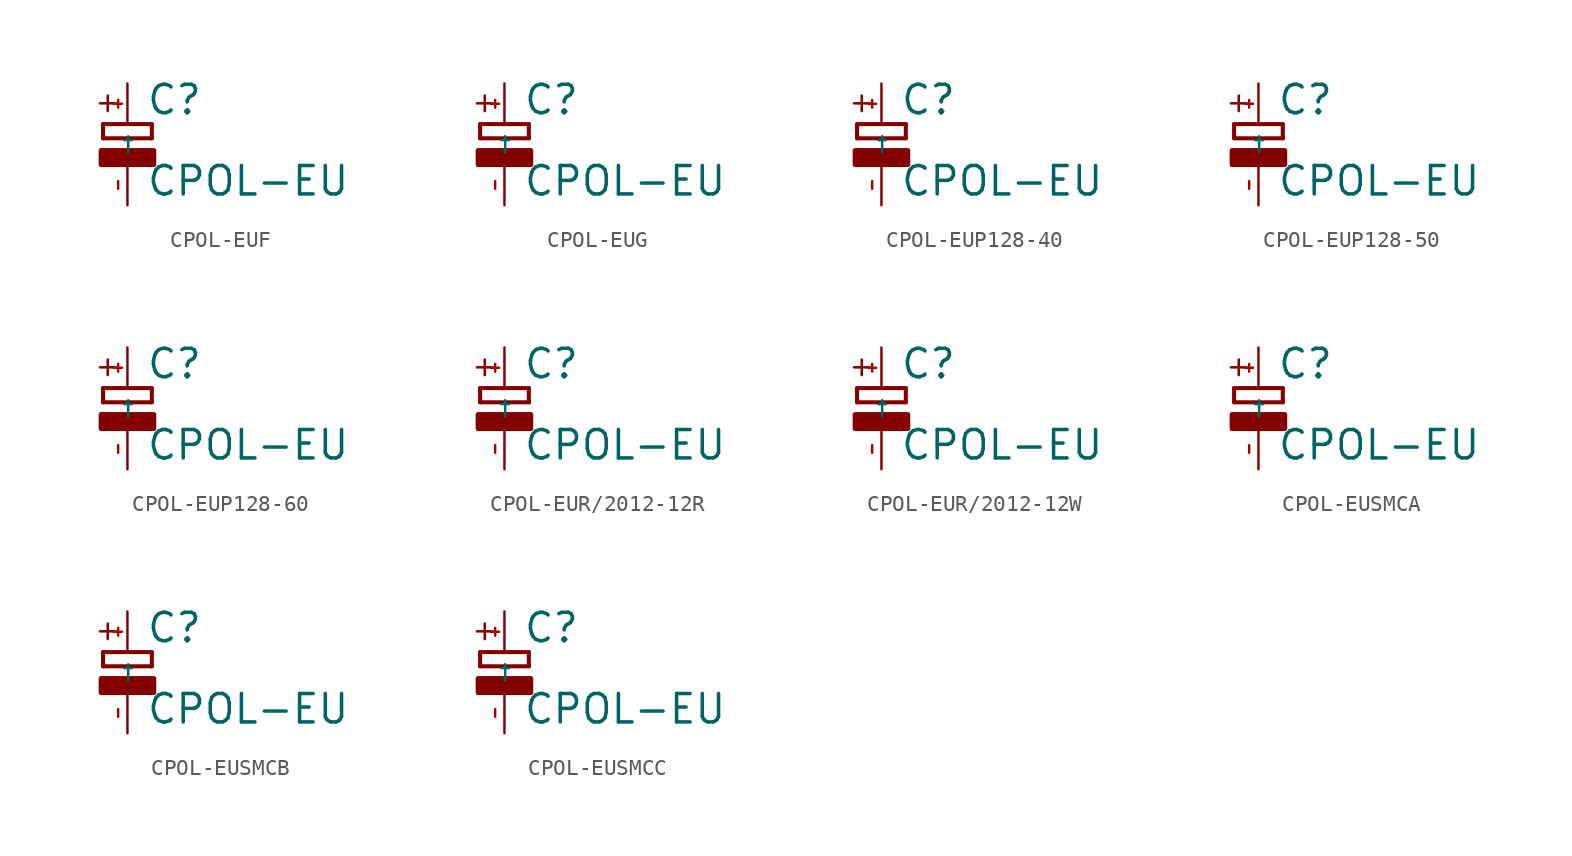
<source format=kicad_sym>
(kicad_symbol_lib
  (version 20220914)
  (generator Eagle2Kicad)
  (symbol "CPOL-EUF"
    (property "Reference" "C"
      (at 1.143 0.483 0)
      (effects (font (size 1.778 1.778) (thickness 0.22)) (justify left bottom)))
    (property "Value" "CPOL-EU"
      (at 1.143 -4.597 0)
      (effects (font (size 1.778 1.778) (thickness 0.22)) (justify left bottom)))
    (polyline
      (pts (xy -1.524 -0.889) (xy 1.524 -0.889))
      (stroke (width 0.254) (type default))
      (fill (type none)))
    (polyline
      (pts (xy 1.524 -0.889) (xy 1.524 0))
      (stroke (width 0.254) (type default))
      (fill (type none)))
    (polyline
      (pts (xy -1.524 0) (xy -1.524 -0.889))
      (stroke (width 0.254) (type default))
      (fill (type none)))
    (polyline
      (pts (xy -1.524 0) (xy 1.524 0))
      (stroke (width 0.254) (type default))
      (fill (type none)))
    (text "+"
      (at -0.584 0.406 900)
      (effects (font (size 1.27 1.27) (thickness 0.16)) (justify left bottom)))
    (rectangle
      (start -1.651 -2.54)
      (end 1.651 -1.651)
      (stroke (width 0.3) (type default))
      (fill (type outline)))
    (pin passive line
      (at 0 -5.08 90)
      (length 2.54)
      (name "-" (effects (font (size 0.635 0.635) (thickness 0.08)) (justify left bottom)))
      (number "-" (effects (font (size 0.635 0.635) (thickness 0.08)) (justify left bottom))))
    (pin passive line
      (at 0 2.54 270)
      (length 2.54)
      (name "+" (effects (font (size 0.635 0.635) (thickness 0.08)) (justify left bottom)))
      (number "+" (effects (font (size 0.635 0.635) (thickness 0.08)) (justify left bottom)))))
  (symbol "CPOL-EUG"
    (property "Reference" "C"
      (at 1.143 0.483 0)
      (effects (font (size 1.778 1.778) (thickness 0.22)) (justify left bottom)))
    (property "Value" "CPOL-EU"
      (at 1.143 -4.597 0)
      (effects (font (size 1.778 1.778) (thickness 0.22)) (justify left bottom)))
    (polyline
      (pts (xy -1.524 -0.889) (xy 1.524 -0.889))
      (stroke (width 0.254) (type default))
      (fill (type none)))
    (polyline
      (pts (xy 1.524 -0.889) (xy 1.524 0))
      (stroke (width 0.254) (type default))
      (fill (type none)))
    (polyline
      (pts (xy -1.524 0) (xy -1.524 -0.889))
      (stroke (width 0.254) (type default))
      (fill (type none)))
    (polyline
      (pts (xy -1.524 0) (xy 1.524 0))
      (stroke (width 0.254) (type default))
      (fill (type none)))
    (text "+"
      (at -0.584 0.406 900)
      (effects (font (size 1.27 1.27) (thickness 0.16)) (justify left bottom)))
    (rectangle
      (start -1.651 -2.54)
      (end 1.651 -1.651)
      (stroke (width 0.3) (type default))
      (fill (type outline)))
    (pin passive line
      (at 0 -5.08 90)
      (length 2.54)
      (name "-" (effects (font (size 0.635 0.635) (thickness 0.08)) (justify left bottom)))
      (number "-" (effects (font (size 0.635 0.635) (thickness 0.08)) (justify left bottom))))
    (pin passive line
      (at 0 2.54 270)
      (length 2.54)
      (name "+" (effects (font (size 0.635 0.635) (thickness 0.08)) (justify left bottom)))
      (number "+" (effects (font (size 0.635 0.635) (thickness 0.08)) (justify left bottom)))))
  (symbol "CPOL-EUP128-40"
    (property "Reference" "C"
      (at 1.143 0.483 0)
      (effects (font (size 1.778 1.778) (thickness 0.22)) (justify left bottom)))
    (property "Value" "CPOL-EU"
      (at 1.143 -4.597 0)
      (effects (font (size 1.778 1.778) (thickness 0.22)) (justify left bottom)))
    (polyline
      (pts (xy -1.524 -0.889) (xy 1.524 -0.889))
      (stroke (width 0.254) (type default))
      (fill (type none)))
    (polyline
      (pts (xy 1.524 -0.889) (xy 1.524 0))
      (stroke (width 0.254) (type default))
      (fill (type none)))
    (polyline
      (pts (xy -1.524 0) (xy -1.524 -0.889))
      (stroke (width 0.254) (type default))
      (fill (type none)))
    (polyline
      (pts (xy -1.524 0) (xy 1.524 0))
      (stroke (width 0.254) (type default))
      (fill (type none)))
    (text "+"
      (at -0.584 0.406 900)
      (effects (font (size 1.27 1.27) (thickness 0.16)) (justify left bottom)))
    (rectangle
      (start -1.651 -2.54)
      (end 1.651 -1.651)
      (stroke (width 0.3) (type default))
      (fill (type outline)))
    (pin passive line
      (at 0 -5.08 90)
      (length 2.54)
      (name "-" (effects (font (size 0.635 0.635) (thickness 0.08)) (justify left bottom)))
      (number "-" (effects (font (size 0.635 0.635) (thickness 0.08)) (justify left bottom))))
    (pin passive line
      (at 0 2.54 270)
      (length 2.54)
      (name "+" (effects (font (size 0.635 0.635) (thickness 0.08)) (justify left bottom)))
      (number "+" (effects (font (size 0.635 0.635) (thickness 0.08)) (justify left bottom)))))
  (symbol "CPOL-EUP128-50"
    (property "Reference" "C"
      (at 1.143 0.483 0)
      (effects (font (size 1.778 1.778) (thickness 0.22)) (justify left bottom)))
    (property "Value" "CPOL-EU"
      (at 1.143 -4.597 0)
      (effects (font (size 1.778 1.778) (thickness 0.22)) (justify left bottom)))
    (polyline
      (pts (xy -1.524 -0.889) (xy 1.524 -0.889))
      (stroke (width 0.254) (type default))
      (fill (type none)))
    (polyline
      (pts (xy 1.524 -0.889) (xy 1.524 0))
      (stroke (width 0.254) (type default))
      (fill (type none)))
    (polyline
      (pts (xy -1.524 0) (xy -1.524 -0.889))
      (stroke (width 0.254) (type default))
      (fill (type none)))
    (polyline
      (pts (xy -1.524 0) (xy 1.524 0))
      (stroke (width 0.254) (type default))
      (fill (type none)))
    (text "+"
      (at -0.584 0.406 900)
      (effects (font (size 1.27 1.27) (thickness 0.16)) (justify left bottom)))
    (rectangle
      (start -1.651 -2.54)
      (end 1.651 -1.651)
      (stroke (width 0.3) (type default))
      (fill (type outline)))
    (pin passive line
      (at 0 -5.08 90)
      (length 2.54)
      (name "-" (effects (font (size 0.635 0.635) (thickness 0.08)) (justify left bottom)))
      (number "-" (effects (font (size 0.635 0.635) (thickness 0.08)) (justify left bottom))))
    (pin passive line
      (at 0 2.54 270)
      (length 2.54)
      (name "+" (effects (font (size 0.635 0.635) (thickness 0.08)) (justify left bottom)))
      (number "+" (effects (font (size 0.635 0.635) (thickness 0.08)) (justify left bottom)))))
  (symbol "CPOL-EUP128-60"
    (property "Reference" "C"
      (at 1.143 0.483 0)
      (effects (font (size 1.778 1.778) (thickness 0.22)) (justify left bottom)))
    (property "Value" "CPOL-EU"
      (at 1.143 -4.597 0)
      (effects (font (size 1.778 1.778) (thickness 0.22)) (justify left bottom)))
    (polyline
      (pts (xy -1.524 -0.889) (xy 1.524 -0.889))
      (stroke (width 0.254) (type default))
      (fill (type none)))
    (polyline
      (pts (xy 1.524 -0.889) (xy 1.524 0))
      (stroke (width 0.254) (type default))
      (fill (type none)))
    (polyline
      (pts (xy -1.524 0) (xy -1.524 -0.889))
      (stroke (width 0.254) (type default))
      (fill (type none)))
    (polyline
      (pts (xy -1.524 0) (xy 1.524 0))
      (stroke (width 0.254) (type default))
      (fill (type none)))
    (text "+"
      (at -0.584 0.406 900)
      (effects (font (size 1.27 1.27) (thickness 0.16)) (justify left bottom)))
    (rectangle
      (start -1.651 -2.54)
      (end 1.651 -1.651)
      (stroke (width 0.3) (type default))
      (fill (type outline)))
    (pin passive line
      (at 0 -5.08 90)
      (length 2.54)
      (name "-" (effects (font (size 0.635 0.635) (thickness 0.08)) (justify left bottom)))
      (number "-" (effects (font (size 0.635 0.635) (thickness 0.08)) (justify left bottom))))
    (pin passive line
      (at 0 2.54 270)
      (length 2.54)
      (name "+" (effects (font (size 0.635 0.635) (thickness 0.08)) (justify left bottom)))
      (number "+" (effects (font (size 0.635 0.635) (thickness 0.08)) (justify left bottom)))))
  (symbol "CPOL-EUR/2012-12R"
    (property "Reference" "C"
      (at 1.143 0.483 0)
      (effects (font (size 1.778 1.778) (thickness 0.22)) (justify left bottom)))
    (property "Value" "CPOL-EU"
      (at 1.143 -4.597 0)
      (effects (font (size 1.778 1.778) (thickness 0.22)) (justify left bottom)))
    (polyline
      (pts (xy -1.524 -0.889) (xy 1.524 -0.889))
      (stroke (width 0.254) (type default))
      (fill (type none)))
    (polyline
      (pts (xy 1.524 -0.889) (xy 1.524 0))
      (stroke (width 0.254) (type default))
      (fill (type none)))
    (polyline
      (pts (xy -1.524 0) (xy -1.524 -0.889))
      (stroke (width 0.254) (type default))
      (fill (type none)))
    (polyline
      (pts (xy -1.524 0) (xy 1.524 0))
      (stroke (width 0.254) (type default))
      (fill (type none)))
    (text "+"
      (at -0.584 0.406 900)
      (effects (font (size 1.27 1.27) (thickness 0.16)) (justify left bottom)))
    (rectangle
      (start -1.651 -2.54)
      (end 1.651 -1.651)
      (stroke (width 0.3) (type default))
      (fill (type outline)))
    (pin passive line
      (at 0 -5.08 90)
      (length 2.54)
      (name "-" (effects (font (size 0.635 0.635) (thickness 0.08)) (justify left bottom)))
      (number "-" (effects (font (size 0.635 0.635) (thickness 0.08)) (justify left bottom))))
    (pin passive line
      (at 0 2.54 270)
      (length 2.54)
      (name "+" (effects (font (size 0.635 0.635) (thickness 0.08)) (justify left bottom)))
      (number "+" (effects (font (size 0.635 0.635) (thickness 0.08)) (justify left bottom)))))
  (symbol "CPOL-EUR/2012-12W"
    (property "Reference" "C"
      (at 1.143 0.483 0)
      (effects (font (size 1.778 1.778) (thickness 0.22)) (justify left bottom)))
    (property "Value" "CPOL-EU"
      (at 1.143 -4.597 0)
      (effects (font (size 1.778 1.778) (thickness 0.22)) (justify left bottom)))
    (polyline
      (pts (xy -1.524 -0.889) (xy 1.524 -0.889))
      (stroke (width 0.254) (type default))
      (fill (type none)))
    (polyline
      (pts (xy 1.524 -0.889) (xy 1.524 0))
      (stroke (width 0.254) (type default))
      (fill (type none)))
    (polyline
      (pts (xy -1.524 0) (xy -1.524 -0.889))
      (stroke (width 0.254) (type default))
      (fill (type none)))
    (polyline
      (pts (xy -1.524 0) (xy 1.524 0))
      (stroke (width 0.254) (type default))
      (fill (type none)))
    (text "+"
      (at -0.584 0.406 900)
      (effects (font (size 1.27 1.27) (thickness 0.16)) (justify left bottom)))
    (rectangle
      (start -1.651 -2.54)
      (end 1.651 -1.651)
      (stroke (width 0.3) (type default))
      (fill (type outline)))
    (pin passive line
      (at 0 -5.08 90)
      (length 2.54)
      (name "-" (effects (font (size 0.635 0.635) (thickness 0.08)) (justify left bottom)))
      (number "-" (effects (font (size 0.635 0.635) (thickness 0.08)) (justify left bottom))))
    (pin passive line
      (at 0 2.54 270)
      (length 2.54)
      (name "+" (effects (font (size 0.635 0.635) (thickness 0.08)) (justify left bottom)))
      (number "+" (effects (font (size 0.635 0.635) (thickness 0.08)) (justify left bottom)))))
  (symbol "CPOL-EUSMCA"
    (property "Reference" "C"
      (at 1.143 0.483 0)
      (effects (font (size 1.778 1.778) (thickness 0.22)) (justify left bottom)))
    (property "Value" "CPOL-EU"
      (at 1.143 -4.597 0)
      (effects (font (size 1.778 1.778) (thickness 0.22)) (justify left bottom)))
    (polyline
      (pts (xy -1.524 -0.889) (xy 1.524 -0.889))
      (stroke (width 0.254) (type default))
      (fill (type none)))
    (polyline
      (pts (xy 1.524 -0.889) (xy 1.524 0))
      (stroke (width 0.254) (type default))
      (fill (type none)))
    (polyline
      (pts (xy -1.524 0) (xy -1.524 -0.889))
      (stroke (width 0.254) (type default))
      (fill (type none)))
    (polyline
      (pts (xy -1.524 0) (xy 1.524 0))
      (stroke (width 0.254) (type default))
      (fill (type none)))
    (text "+"
      (at -0.584 0.406 900)
      (effects (font (size 1.27 1.27) (thickness 0.16)) (justify left bottom)))
    (rectangle
      (start -1.651 -2.54)
      (end 1.651 -1.651)
      (stroke (width 0.3) (type default))
      (fill (type outline)))
    (pin passive line
      (at 0 -5.08 90)
      (length 2.54)
      (name "-" (effects (font (size 0.635 0.635) (thickness 0.08)) (justify left bottom)))
      (number "-" (effects (font (size 0.635 0.635) (thickness 0.08)) (justify left bottom))))
    (pin passive line
      (at 0 2.54 270)
      (length 2.54)
      (name "+" (effects (font (size 0.635 0.635) (thickness 0.08)) (justify left bottom)))
      (number "+" (effects (font (size 0.635 0.635) (thickness 0.08)) (justify left bottom)))))
  (symbol "CPOL-EUSMCB"
    (property "Reference" "C"
      (at 1.143 0.483 0)
      (effects (font (size 1.778 1.778) (thickness 0.22)) (justify left bottom)))
    (property "Value" "CPOL-EU"
      (at 1.143 -4.597 0)
      (effects (font (size 1.778 1.778) (thickness 0.22)) (justify left bottom)))
    (polyline
      (pts (xy -1.524 -0.889) (xy 1.524 -0.889))
      (stroke (width 0.254) (type default))
      (fill (type none)))
    (polyline
      (pts (xy 1.524 -0.889) (xy 1.524 0))
      (stroke (width 0.254) (type default))
      (fill (type none)))
    (polyline
      (pts (xy -1.524 0) (xy -1.524 -0.889))
      (stroke (width 0.254) (type default))
      (fill (type none)))
    (polyline
      (pts (xy -1.524 0) (xy 1.524 0))
      (stroke (width 0.254) (type default))
      (fill (type none)))
    (text "+"
      (at -0.584 0.406 900)
      (effects (font (size 1.27 1.27) (thickness 0.16)) (justify left bottom)))
    (rectangle
      (start -1.651 -2.54)
      (end 1.651 -1.651)
      (stroke (width 0.3) (type default))
      (fill (type outline)))
    (pin passive line
      (at 0 -5.08 90)
      (length 2.54)
      (name "-" (effects (font (size 0.635 0.635) (thickness 0.08)) (justify left bottom)))
      (number "-" (effects (font (size 0.635 0.635) (thickness 0.08)) (justify left bottom))))
    (pin passive line
      (at 0 2.54 270)
      (length 2.54)
      (name "+" (effects (font (size 0.635 0.635) (thickness 0.08)) (justify left bottom)))
      (number "+" (effects (font (size 0.635 0.635) (thickness 0.08)) (justify left bottom)))))
  (symbol "CPOL-EUSMCC"
    (property "Reference" "C"
      (at 1.143 0.483 0)
      (effects (font (size 1.778 1.778) (thickness 0.22)) (justify left bottom)))
    (property "Value" "CPOL-EU"
      (at 1.143 -4.597 0)
      (effects (font (size 1.778 1.778) (thickness 0.22)) (justify left bottom)))
    (polyline
      (pts (xy -1.524 -0.889) (xy 1.524 -0.889))
      (stroke (width 0.254) (type default))
      (fill (type none)))
    (polyline
      (pts (xy 1.524 -0.889) (xy 1.524 0))
      (stroke (width 0.254) (type default))
      (fill (type none)))
    (polyline
      (pts (xy -1.524 0) (xy -1.524 -0.889))
      (stroke (width 0.254) (type default))
      (fill (type none)))
    (polyline
      (pts (xy -1.524 0) (xy 1.524 0))
      (stroke (width 0.254) (type default))
      (fill (type none)))
    (text "+"
      (at -0.584 0.406 900)
      (effects (font (size 1.27 1.27) (thickness 0.16)) (justify left bottom)))
    (rectangle
      (start -1.651 -2.54)
      (end 1.651 -1.651)
      (stroke (width 0.3) (type default))
      (fill (type outline)))
    (pin passive line
      (at 0 -5.08 90)
      (length 2.54)
      (name "-" (effects (font (size 0.635 0.635) (thickness 0.08)) (justify left bottom)))
      (number "-" (effects (font (size 0.635 0.635) (thickness 0.08)) (justify left bottom))))
    (pin passive line
      (at 0 2.54 270)
      (length 2.54)
      (name "+" (effects (font (size 0.635 0.635) (thickness 0.08)) (justify left bottom)))
      (number "+" (effects (font (size 0.635 0.635) (thickness 0.08)) (justify left bottom))))))
</source>
